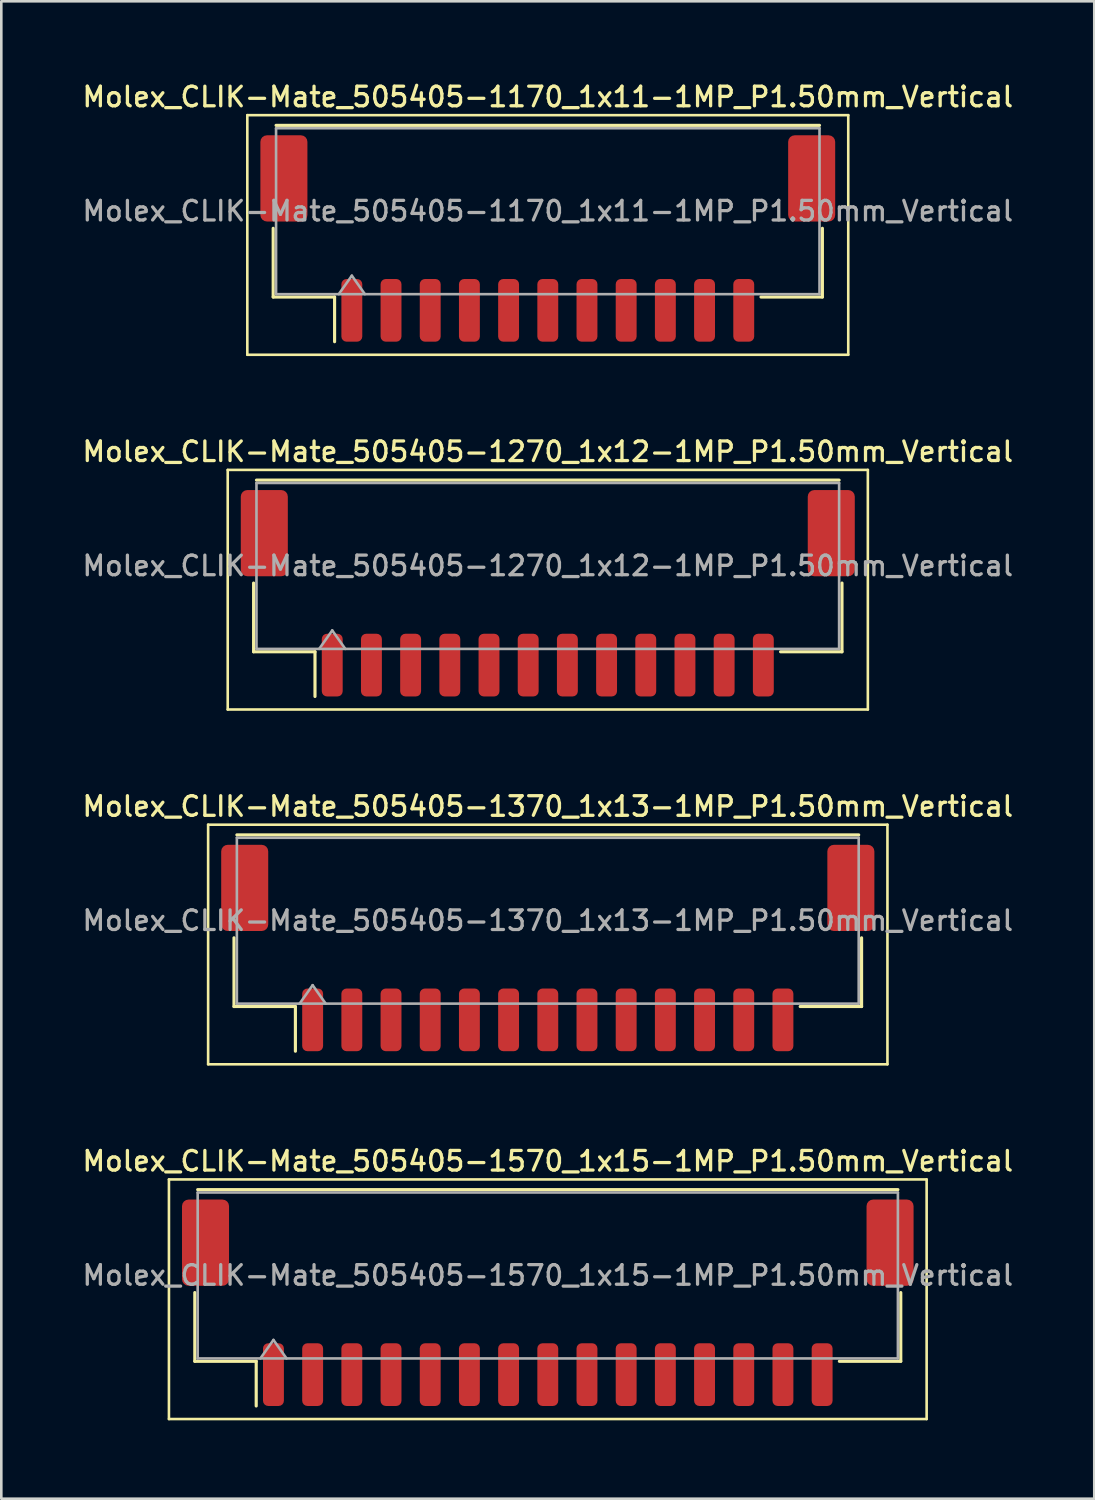
<source format=kicad_pcb>
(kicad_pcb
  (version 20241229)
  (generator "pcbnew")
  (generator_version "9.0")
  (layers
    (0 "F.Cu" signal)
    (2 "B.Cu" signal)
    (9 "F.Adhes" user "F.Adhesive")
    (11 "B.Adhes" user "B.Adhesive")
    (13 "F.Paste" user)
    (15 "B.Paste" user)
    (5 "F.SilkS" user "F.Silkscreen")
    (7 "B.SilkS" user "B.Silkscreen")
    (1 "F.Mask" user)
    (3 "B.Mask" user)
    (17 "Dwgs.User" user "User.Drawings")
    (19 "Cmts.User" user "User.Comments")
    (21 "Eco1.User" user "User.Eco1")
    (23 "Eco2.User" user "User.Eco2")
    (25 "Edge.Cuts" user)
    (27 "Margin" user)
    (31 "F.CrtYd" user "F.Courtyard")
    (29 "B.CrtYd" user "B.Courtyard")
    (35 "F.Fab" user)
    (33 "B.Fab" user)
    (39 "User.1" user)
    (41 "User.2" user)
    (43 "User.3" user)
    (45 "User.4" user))
  (footprint "Molex_CLIK-Mate_505405-1370_1x13-1MP_P1.50mm_Vertical"
    (layer "F.Cu")
    (at 17.916 33.234)
    (property "Reference" "Molex_CLIK-Mate_505405-1370_1x13-1MP_P1.50mm_Vertical" (at 0 -5.42 0) (layer "F.SilkS") (effects (font (size 0.75 0.75) (thickness 0.125))))
    (attr smd)
    (fp_line (start -13 -4.72) (end -13 4.45) (stroke (width 0.1) (type solid)) (layer "F.SilkS"))
    (fp_line (start -13 4.45) (end 13 4.45) (stroke (width 0.1) (type solid)) (layer "F.SilkS"))
    (fp_line (start -12.01 -0.39) (end -12.01 2.24) (stroke (width 0.12) (type solid)) (layer "F.SilkS"))
    (fp_line (start -12.01 2.24) (end -9.66 2.24) (stroke (width 0.12) (type solid)) (layer "F.SilkS"))
    (fp_line (start -11.9 -4.33) (end 11.9 -4.33) (stroke (width 0.12) (type solid)) (layer "F.SilkS"))
    (fp_line (start -9.66 2.24) (end -9.66 3.95) (stroke (width 0.12) (type solid)) (layer "F.SilkS"))
    (fp_line (start 12.01 -0.39) (end 12.01 2.24) (stroke (width 0.12) (type solid)) (layer "F.SilkS"))
    (fp_line (start 12.01 2.24) (end 9.66 2.24) (stroke (width 0.12) (type solid)) (layer "F.SilkS"))
    (fp_line (start 13 -4.72) (end -13 -4.72) (stroke (width 0.1) (type solid)) (layer "F.SilkS"))
    (fp_line (start 13 4.45) (end 13 -4.72) (stroke (width 0.1) (type solid)) (layer "F.SilkS"))
    (fp_line (start -11.9 -4.22) (end 11.9 -4.22) (stroke (width 0.1) (type solid)) (layer "F.Fab"))
    (fp_line (start -11.9 2.13) (end -11.9 -4.22) (stroke (width 0.1) (type solid)) (layer "F.Fab"))
    (fp_line (start -11.9 2.13) (end 11.9 2.13) (stroke (width 0.1) (type solid)) (layer "F.Fab"))
    (fp_line (start -9.5 2.13) (end -9 1.423) (stroke (width 0.1) (type solid)) (layer "F.Fab"))
    (fp_line (start -9 1.423) (end -8.5 2.13) (stroke (width 0.1) (type solid)) (layer "F.Fab"))
    (fp_line (start 11.9 2.13) (end 11.9 -4.22) (stroke (width 0.1) (type solid)) (layer "F.Fab"))
    (fp_text user "${REFERENCE}" (at 0 -1.05 0) (layer "F.Fab") (effects (font (size 0.75 0.75) (thickness 0.125))))
    (pad "1" smd roundrect (at -9 2.75) (size 0.8 2.4) (layers "F.Cu" "F.Mask" "F.Paste") (roundrect_rratio 0.25))
    (pad "2" smd roundrect (at -7.5 2.75) (size 0.8 2.4) (layers "F.Cu" "F.Mask" "F.Paste") (roundrect_rratio 0.25))
    (pad "3" smd roundrect (at -6 2.75) (size 0.8 2.4) (layers "F.Cu" "F.Mask" "F.Paste") (roundrect_rratio 0.25))
    (pad "4" smd roundrect (at -4.5 2.75) (size 0.8 2.4) (layers "F.Cu" "F.Mask" "F.Paste") (roundrect_rratio 0.25))
    (pad "5" smd roundrect (at -3 2.75) (size 0.8 2.4) (layers "F.Cu" "F.Mask" "F.Paste") (roundrect_rratio 0.25))
    (pad "6" smd roundrect (at -1.5 2.75) (size 0.8 2.4) (layers "F.Cu" "F.Mask" "F.Paste") (roundrect_rratio 0.25))
    (pad "7" smd roundrect (at 0 2.75) (size 0.8 2.4) (layers "F.Cu" "F.Mask" "F.Paste") (roundrect_rratio 0.25))
    (pad "8" smd roundrect (at 1.5 2.75) (size 0.8 2.4) (layers "F.Cu" "F.Mask" "F.Paste") (roundrect_rratio 0.25))
    (pad "9" smd roundrect (at 3 2.75) (size 0.8 2.4) (layers "F.Cu" "F.Mask" "F.Paste") (roundrect_rratio 0.25))
    (pad "10" smd roundrect (at 4.5 2.75) (size 0.8 2.4) (layers "F.Cu" "F.Mask" "F.Paste") (roundrect_rratio 0.25))
    (pad "11" smd roundrect (at 6 2.75) (size 0.8 2.4) (layers "F.Cu" "F.Mask" "F.Paste") (roundrect_rratio 0.25))
    (pad "12" smd roundrect (at 7.5 2.75) (size 0.8 2.4) (layers "F.Cu" "F.Mask" "F.Paste") (roundrect_rratio 0.25))
    (pad "13" smd roundrect (at 9 2.75) (size 0.8 2.4) (layers "F.Cu" "F.Mask" "F.Paste") (roundrect_rratio 0.25))
    (pad "MP" smd roundrect (at -11.6 -2.3) (size 1.8 3.3) (layers "F.Cu" "F.Mask" "F.Paste") (roundrect_rratio 0.139))
    (pad "MP" smd roundrect (at 11.6 -2.3) (size 1.8 3.3) (layers "F.Cu" "F.Mask" "F.Paste") (roundrect_rratio 0.139)))
  (footprint "Molex_CLIK-Mate_505405-1270_1x12-1MP_P1.50mm_Vertical"
    (layer "F.Cu")
    (at 17.916 19.656)
    (property "Reference" "Molex_CLIK-Mate_505405-1270_1x12-1MP_P1.50mm_Vertical" (at 0 -5.42 0) (layer "F.SilkS") (effects (font (size 0.75 0.75) (thickness 0.125))))
    (attr smd)
    (fp_line (start -12.25 -4.72) (end -12.25 4.45) (stroke (width 0.1) (type solid)) (layer "F.SilkS"))
    (fp_line (start -12.25 4.45) (end 12.25 4.45) (stroke (width 0.1) (type solid)) (layer "F.SilkS"))
    (fp_line (start -11.26 -0.39) (end -11.26 2.24) (stroke (width 0.12) (type solid)) (layer "F.SilkS"))
    (fp_line (start -11.26 2.24) (end -8.91 2.24) (stroke (width 0.12) (type solid)) (layer "F.SilkS"))
    (fp_line (start -11.15 -4.33) (end 11.15 -4.33) (stroke (width 0.12) (type solid)) (layer "F.SilkS"))
    (fp_line (start -8.91 2.24) (end -8.91 3.95) (stroke (width 0.12) (type solid)) (layer "F.SilkS"))
    (fp_line (start 11.26 -0.39) (end 11.26 2.24) (stroke (width 0.12) (type solid)) (layer "F.SilkS"))
    (fp_line (start 11.26 2.24) (end 8.91 2.24) (stroke (width 0.12) (type solid)) (layer "F.SilkS"))
    (fp_line (start 12.25 -4.72) (end -12.25 -4.72) (stroke (width 0.1) (type solid)) (layer "F.SilkS"))
    (fp_line (start 12.25 4.45) (end 12.25 -4.72) (stroke (width 0.1) (type solid)) (layer "F.SilkS"))
    (fp_line (start -11.15 -4.22) (end 11.15 -4.22) (stroke (width 0.1) (type solid)) (layer "F.Fab"))
    (fp_line (start -11.15 2.13) (end -11.15 -4.22) (stroke (width 0.1) (type solid)) (layer "F.Fab"))
    (fp_line (start -11.15 2.13) (end 11.15 2.13) (stroke (width 0.1) (type solid)) (layer "F.Fab"))
    (fp_line (start -8.75 2.13) (end -8.25 1.423) (stroke (width 0.1) (type solid)) (layer "F.Fab"))
    (fp_line (start -8.25 1.423) (end -7.75 2.13) (stroke (width 0.1) (type solid)) (layer "F.Fab"))
    (fp_line (start 11.15 2.13) (end 11.15 -4.22) (stroke (width 0.1) (type solid)) (layer "F.Fab"))
    (fp_text user "${REFERENCE}" (at 0 -1.05 0) (layer "F.Fab") (effects (font (size 0.75 0.75) (thickness 0.125))))
    (pad "1" smd roundrect (at -8.25 2.75) (size 0.8 2.4) (layers "F.Cu" "F.Mask" "F.Paste") (roundrect_rratio 0.25))
    (pad "2" smd roundrect (at -6.75 2.75) (size 0.8 2.4) (layers "F.Cu" "F.Mask" "F.Paste") (roundrect_rratio 0.25))
    (pad "3" smd roundrect (at -5.25 2.75) (size 0.8 2.4) (layers "F.Cu" "F.Mask" "F.Paste") (roundrect_rratio 0.25))
    (pad "4" smd roundrect (at -3.75 2.75) (size 0.8 2.4) (layers "F.Cu" "F.Mask" "F.Paste") (roundrect_rratio 0.25))
    (pad "5" smd roundrect (at -2.25 2.75) (size 0.8 2.4) (layers "F.Cu" "F.Mask" "F.Paste") (roundrect_rratio 0.25))
    (pad "6" smd roundrect (at -0.75 2.75) (size 0.8 2.4) (layers "F.Cu" "F.Mask" "F.Paste") (roundrect_rratio 0.25))
    (pad "7" smd roundrect (at 0.75 2.75) (size 0.8 2.4) (layers "F.Cu" "F.Mask" "F.Paste") (roundrect_rratio 0.25))
    (pad "8" smd roundrect (at 2.25 2.75) (size 0.8 2.4) (layers "F.Cu" "F.Mask" "F.Paste") (roundrect_rratio 0.25))
    (pad "9" smd roundrect (at 3.75 2.75) (size 0.8 2.4) (layers "F.Cu" "F.Mask" "F.Paste") (roundrect_rratio 0.25))
    (pad "10" smd roundrect (at 5.25 2.75) (size 0.8 2.4) (layers "F.Cu" "F.Mask" "F.Paste") (roundrect_rratio 0.25))
    (pad "11" smd roundrect (at 6.75 2.75) (size 0.8 2.4) (layers "F.Cu" "F.Mask" "F.Paste") (roundrect_rratio 0.25))
    (pad "12" smd roundrect (at 8.25 2.75) (size 0.8 2.4) (layers "F.Cu" "F.Mask" "F.Paste") (roundrect_rratio 0.25))
    (pad "MP" smd roundrect (at -10.85 -2.3) (size 1.8 3.3) (layers "F.Cu" "F.Mask" "F.Paste") (roundrect_rratio 0.139))
    (pad "MP" smd roundrect (at 10.85 -2.3) (size 1.8 3.3) (layers "F.Cu" "F.Mask" "F.Paste") (roundrect_rratio 0.139)))
  (footprint "Molex_CLIK-Mate_505405-1170_1x11-1MP_P1.50mm_Vertical"
    (layer "F.Cu")
    (at 17.916 6.078)
    (property "Reference" "Molex_CLIK-Mate_505405-1170_1x11-1MP_P1.50mm_Vertical" (at 0 -5.42 0) (layer "F.SilkS") (effects (font (size 0.75 0.75) (thickness 0.125))))
    (attr smd)
    (fp_line (start -11.5 -4.72) (end -11.5 4.45) (stroke (width 0.1) (type solid)) (layer "F.SilkS"))
    (fp_line (start -11.5 4.45) (end 11.5 4.45) (stroke (width 0.1) (type solid)) (layer "F.SilkS"))
    (fp_line (start -10.51 -0.39) (end -10.51 2.24) (stroke (width 0.12) (type solid)) (layer "F.SilkS"))
    (fp_line (start -10.51 2.24) (end -8.16 2.24) (stroke (width 0.12) (type solid)) (layer "F.SilkS"))
    (fp_line (start -10.4 -4.33) (end 10.4 -4.33) (stroke (width 0.12) (type solid)) (layer "F.SilkS"))
    (fp_line (start -8.16 2.24) (end -8.16 3.95) (stroke (width 0.12) (type solid)) (layer "F.SilkS"))
    (fp_line (start 10.51 -0.39) (end 10.51 2.24) (stroke (width 0.12) (type solid)) (layer "F.SilkS"))
    (fp_line (start 10.51 2.24) (end 8.16 2.24) (stroke (width 0.12) (type solid)) (layer "F.SilkS"))
    (fp_line (start 11.5 -4.72) (end -11.5 -4.72) (stroke (width 0.1) (type solid)) (layer "F.SilkS"))
    (fp_line (start 11.5 4.45) (end 11.5 -4.72) (stroke (width 0.1) (type solid)) (layer "F.SilkS"))
    (fp_line (start -10.4 -4.22) (end 10.4 -4.22) (stroke (width 0.1) (type solid)) (layer "F.Fab"))
    (fp_line (start -10.4 2.13) (end -10.4 -4.22) (stroke (width 0.1) (type solid)) (layer "F.Fab"))
    (fp_line (start -10.4 2.13) (end 10.4 2.13) (stroke (width 0.1) (type solid)) (layer "F.Fab"))
    (fp_line (start -8 2.13) (end -7.5 1.423) (stroke (width 0.1) (type solid)) (layer "F.Fab"))
    (fp_line (start -7.5 1.423) (end -7 2.13) (stroke (width 0.1) (type solid)) (layer "F.Fab"))
    (fp_line (start 10.4 2.13) (end 10.4 -4.22) (stroke (width 0.1) (type solid)) (layer "F.Fab"))
    (fp_text user "${REFERENCE}" (at 0 -1.05 0) (layer "F.Fab") (effects (font (size 0.75 0.75) (thickness 0.125))))
    (pad "1" smd roundrect (at -7.5 2.75) (size 0.8 2.4) (layers "F.Cu" "F.Mask" "F.Paste") (roundrect_rratio 0.25))
    (pad "2" smd roundrect (at -6 2.75) (size 0.8 2.4) (layers "F.Cu" "F.Mask" "F.Paste") (roundrect_rratio 0.25))
    (pad "3" smd roundrect (at -4.5 2.75) (size 0.8 2.4) (layers "F.Cu" "F.Mask" "F.Paste") (roundrect_rratio 0.25))
    (pad "4" smd roundrect (at -3 2.75) (size 0.8 2.4) (layers "F.Cu" "F.Mask" "F.Paste") (roundrect_rratio 0.25))
    (pad "5" smd roundrect (at -1.5 2.75) (size 0.8 2.4) (layers "F.Cu" "F.Mask" "F.Paste") (roundrect_rratio 0.25))
    (pad "6" smd roundrect (at 0 2.75) (size 0.8 2.4) (layers "F.Cu" "F.Mask" "F.Paste") (roundrect_rratio 0.25))
    (pad "7" smd roundrect (at 1.5 2.75) (size 0.8 2.4) (layers "F.Cu" "F.Mask" "F.Paste") (roundrect_rratio 0.25))
    (pad "8" smd roundrect (at 3 2.75) (size 0.8 2.4) (layers "F.Cu" "F.Mask" "F.Paste") (roundrect_rratio 0.25))
    (pad "9" smd roundrect (at 4.5 2.75) (size 0.8 2.4) (layers "F.Cu" "F.Mask" "F.Paste") (roundrect_rratio 0.25))
    (pad "10" smd roundrect (at 6 2.75) (size 0.8 2.4) (layers "F.Cu" "F.Mask" "F.Paste") (roundrect_rratio 0.25))
    (pad "11" smd roundrect (at 7.5 2.75) (size 0.8 2.4) (layers "F.Cu" "F.Mask" "F.Paste") (roundrect_rratio 0.25))
    (pad "MP" smd roundrect (at -10.1 -2.3) (size 1.8 3.3) (layers "F.Cu" "F.Mask" "F.Paste") (roundrect_rratio 0.139))
    (pad "MP" smd roundrect (at 10.1 -2.3) (size 1.8 3.3) (layers "F.Cu" "F.Mask" "F.Paste") (roundrect_rratio 0.139)))
  (footprint "Molex_CLIK-Mate_505405-1570_1x15-1MP_P1.50mm_Vertical"
    (layer "F.Cu")
    (at 17.916 46.812)
    (property "Reference" "Molex_CLIK-Mate_505405-1570_1x15-1MP_P1.50mm_Vertical" (at 0 -5.42 0) (layer "F.SilkS") (effects (font (size 0.75 0.75) (thickness 0.125))))
    (attr smd)
    (fp_line (start -14.5 -4.72) (end -14.5 4.45) (stroke (width 0.1) (type solid)) (layer "F.SilkS"))
    (fp_line (start -14.5 4.45) (end 14.5 4.45) (stroke (width 0.1) (type solid)) (layer "F.SilkS"))
    (fp_line (start -13.51 -0.39) (end -13.51 2.24) (stroke (width 0.12) (type solid)) (layer "F.SilkS"))
    (fp_line (start -13.51 2.24) (end -11.16 2.24) (stroke (width 0.12) (type solid)) (layer "F.SilkS"))
    (fp_line (start -13.4 -4.33) (end 13.4 -4.33) (stroke (width 0.12) (type solid)) (layer "F.SilkS"))
    (fp_line (start -11.16 2.24) (end -11.16 3.95) (stroke (width 0.12) (type solid)) (layer "F.SilkS"))
    (fp_line (start 13.51 -0.39) (end 13.51 2.24) (stroke (width 0.12) (type solid)) (layer "F.SilkS"))
    (fp_line (start 13.51 2.24) (end 11.16 2.24) (stroke (width 0.12) (type solid)) (layer "F.SilkS"))
    (fp_line (start 14.5 -4.72) (end -14.5 -4.72) (stroke (width 0.1) (type solid)) (layer "F.SilkS"))
    (fp_line (start 14.5 4.45) (end 14.5 -4.72) (stroke (width 0.1) (type solid)) (layer "F.SilkS"))
    (fp_line (start -13.4 -4.22) (end 13.4 -4.22) (stroke (width 0.1) (type solid)) (layer "F.Fab"))
    (fp_line (start -13.4 2.13) (end -13.4 -4.22) (stroke (width 0.1) (type solid)) (layer "F.Fab"))
    (fp_line (start -13.4 2.13) (end 13.4 2.13) (stroke (width 0.1) (type solid)) (layer "F.Fab"))
    (fp_line (start -11 2.13) (end -10.5 1.423) (stroke (width 0.1) (type solid)) (layer "F.Fab"))
    (fp_line (start -10.5 1.423) (end -10 2.13) (stroke (width 0.1) (type solid)) (layer "F.Fab"))
    (fp_line (start 13.4 2.13) (end 13.4 -4.22) (stroke (width 0.1) (type solid)) (layer "F.Fab"))
    (fp_text user "${REFERENCE}" (at 0 -1.05 0) (layer "F.Fab") (effects (font (size 0.75 0.75) (thickness 0.125))))
    (pad "1" smd roundrect (at -10.5 2.75) (size 0.8 2.4) (layers "F.Cu" "F.Mask" "F.Paste") (roundrect_rratio 0.25))
    (pad "2" smd roundrect (at -9 2.75) (size 0.8 2.4) (layers "F.Cu" "F.Mask" "F.Paste") (roundrect_rratio 0.25))
    (pad "3" smd roundrect (at -7.5 2.75) (size 0.8 2.4) (layers "F.Cu" "F.Mask" "F.Paste") (roundrect_rratio 0.25))
    (pad "4" smd roundrect (at -6 2.75) (size 0.8 2.4) (layers "F.Cu" "F.Mask" "F.Paste") (roundrect_rratio 0.25))
    (pad "5" smd roundrect (at -4.5 2.75) (size 0.8 2.4) (layers "F.Cu" "F.Mask" "F.Paste") (roundrect_rratio 0.25))
    (pad "6" smd roundrect (at -3 2.75) (size 0.8 2.4) (layers "F.Cu" "F.Mask" "F.Paste") (roundrect_rratio 0.25))
    (pad "7" smd roundrect (at -1.5 2.75) (size 0.8 2.4) (layers "F.Cu" "F.Mask" "F.Paste") (roundrect_rratio 0.25))
    (pad "8" smd roundrect (at 0 2.75) (size 0.8 2.4) (layers "F.Cu" "F.Mask" "F.Paste") (roundrect_rratio 0.25))
    (pad "9" smd roundrect (at 1.5 2.75) (size 0.8 2.4) (layers "F.Cu" "F.Mask" "F.Paste") (roundrect_rratio 0.25))
    (pad "10" smd roundrect (at 3 2.75) (size 0.8 2.4) (layers "F.Cu" "F.Mask" "F.Paste") (roundrect_rratio 0.25))
    (pad "11" smd roundrect (at 4.5 2.75) (size 0.8 2.4) (layers "F.Cu" "F.Mask" "F.Paste") (roundrect_rratio 0.25))
    (pad "12" smd roundrect (at 6 2.75) (size 0.8 2.4) (layers "F.Cu" "F.Mask" "F.Paste") (roundrect_rratio 0.25))
    (pad "13" smd roundrect (at 7.5 2.75) (size 0.8 2.4) (layers "F.Cu" "F.Mask" "F.Paste") (roundrect_rratio 0.25))
    (pad "14" smd roundrect (at 9 2.75) (size 0.8 2.4) (layers "F.Cu" "F.Mask" "F.Paste") (roundrect_rratio 0.25))
    (pad "15" smd roundrect (at 10.5 2.75) (size 0.8 2.4) (layers "F.Cu" "F.Mask" "F.Paste") (roundrect_rratio 0.25))
    (pad "MP" smd roundrect (at -13.1 -2.3) (size 1.8 3.3) (layers "F.Cu" "F.Mask" "F.Paste") (roundrect_rratio 0.139))
    (pad "MP" smd roundrect (at 13.1 -2.3) (size 1.8 3.3) (layers "F.Cu" "F.Mask" "F.Paste") (roundrect_rratio 0.139)))
  (gr_rect
    (start -3 -3)
    (end 38.832 54.312)
    (stroke (width 0.1) (type default))
    (fill no)
    (layer "Edge.Cuts")))
</source>
